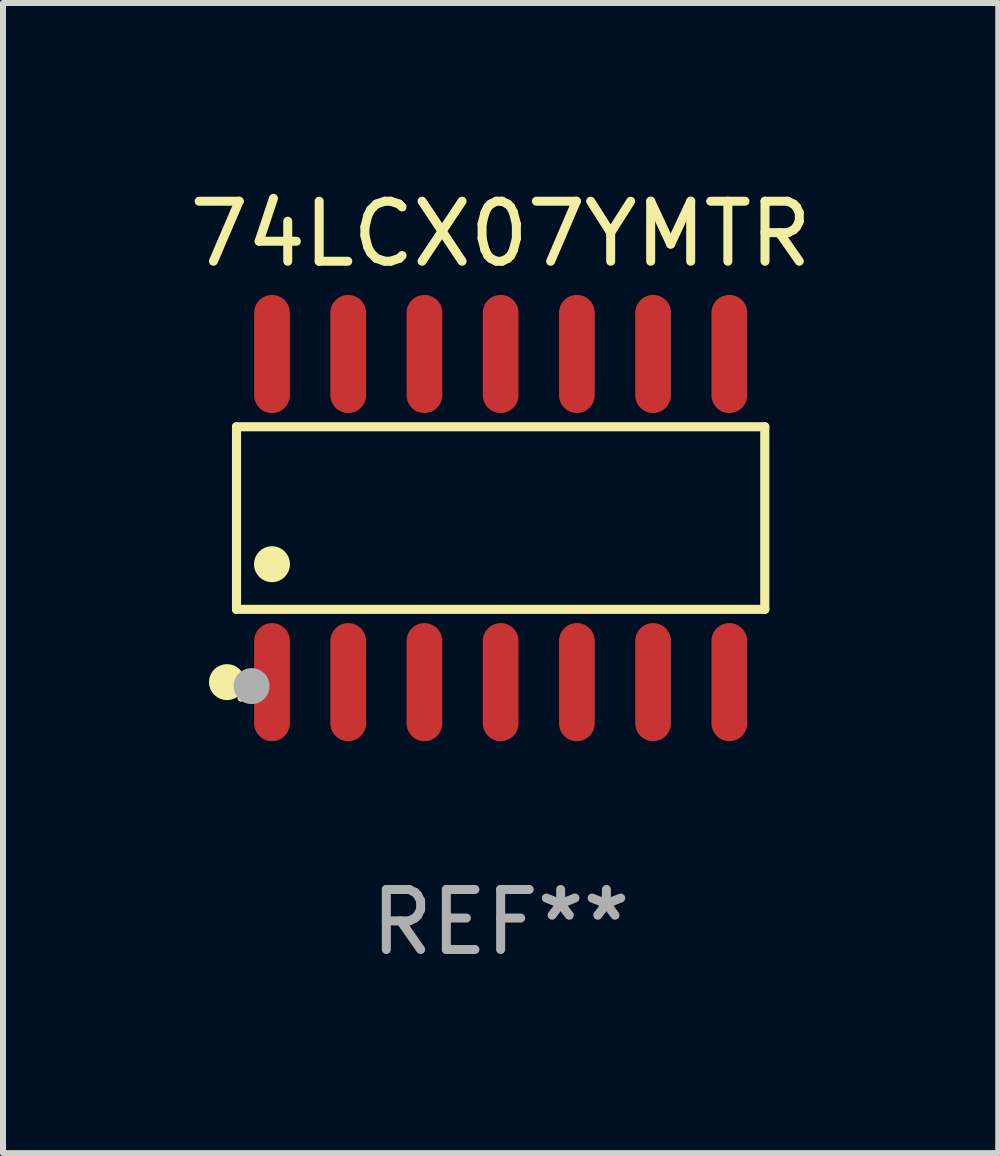
<source format=kicad_pcb>
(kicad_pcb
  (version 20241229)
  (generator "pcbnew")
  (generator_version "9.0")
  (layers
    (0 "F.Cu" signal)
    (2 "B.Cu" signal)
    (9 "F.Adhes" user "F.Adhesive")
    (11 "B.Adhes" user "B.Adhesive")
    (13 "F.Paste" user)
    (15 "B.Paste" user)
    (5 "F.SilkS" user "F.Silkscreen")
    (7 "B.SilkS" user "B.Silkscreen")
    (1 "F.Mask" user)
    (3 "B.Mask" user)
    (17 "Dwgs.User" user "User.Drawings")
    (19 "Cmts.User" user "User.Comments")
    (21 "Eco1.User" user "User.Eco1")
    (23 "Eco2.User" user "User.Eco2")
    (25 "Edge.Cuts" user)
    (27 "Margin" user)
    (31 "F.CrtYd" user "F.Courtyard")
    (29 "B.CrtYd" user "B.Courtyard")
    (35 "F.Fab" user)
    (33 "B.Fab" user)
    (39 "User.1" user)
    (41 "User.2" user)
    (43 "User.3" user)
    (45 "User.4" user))
  (footprint "74LCX07YMTR"
    (layer "F.Cu")
    (at 5.292 5.582)
    (property "Reference" "74LCX07YMTR" (at 0 -4.734 0) (layer "F.SilkS") (effects (font (size 1 1) (thickness 0.15))))
    (attr through_hole)
    (fp_line (start -4.401 -1.521) (end 4.401 -1.521) (stroke (width 0.152) (type solid)) (layer "F.SilkS"))
    (fp_line (start -4.401 1.521) (end -4.401 -1.521) (stroke (width 0.152) (type solid)) (layer "F.SilkS"))
    (fp_line (start 4.401 -1.521) (end 4.401 1.521) (stroke (width 0.152) (type solid)) (layer "F.SilkS"))
    (fp_line (start 4.401 1.521) (end -4.401 1.521) (stroke (width 0.152) (type solid)) (layer "F.SilkS"))
    (fp_circle (center -4.56 2.734) (end -4.41 2.734) (stroke (width 0.3) (type solid)) (fill no) (layer "F.SilkS"))
    (fp_circle (center -4.325 3) (end -4.295 3) (stroke (width 0.06) (type solid)) (fill no) (layer "F.SilkS"))
    (fp_circle (center -3.81 0.769) (end -3.66 0.769) (stroke (width 0.3) (type solid)) (fill no) (layer "F.SilkS"))
    (fp_circle (center -4.15 2.8) (end -4 2.8) (stroke (width 0.3) (type solid)) (fill no) (layer "F.Fab"))
    (fp_text user "REF**" (at 0 6.734 0) (layer "F.Fab") (effects (font (size 1 1) (thickness 0.15))))
    (pad "1" smd oval (at -3.81 2.734) (size 0.595 1.968) (layers "F.Cu" "F.Mask" "F.Paste"))
    (pad "2" smd oval (at -2.54 2.734) (size 0.595 1.968) (layers "F.Cu" "F.Mask" "F.Paste"))
    (pad "3" smd oval (at -1.27 2.734) (size 0.595 1.968) (layers "F.Cu" "F.Mask" "F.Paste"))
    (pad "4" smd oval (at 0 2.734) (size 0.595 1.968) (layers "F.Cu" "F.Mask" "F.Paste"))
    (pad "5" smd oval (at 1.27 2.734) (size 0.595 1.968) (layers "F.Cu" "F.Mask" "F.Paste"))
    (pad "6" smd oval (at 2.54 2.734) (size 0.595 1.968) (layers "F.Cu" "F.Mask" "F.Paste"))
    (pad "7" smd oval (at 3.81 2.734) (size 0.595 1.968) (layers "F.Cu" "F.Mask" "F.Paste"))
    (pad "8" smd oval (at 3.81 -2.734) (size 0.595 1.968) (layers "F.Cu" "F.Mask" "F.Paste"))
    (pad "9" smd oval (at 2.54 -2.734) (size 0.595 1.968) (layers "F.Cu" "F.Mask" "F.Paste"))
    (pad "10" smd oval (at 1.27 -2.734) (size 0.595 1.968) (layers "F.Cu" "F.Mask" "F.Paste"))
    (pad "11" smd oval (at 0 -2.734) (size 0.595 1.968) (layers "F.Cu" "F.Mask" "F.Paste"))
    (pad "12" smd oval (at -1.27 -2.734) (size 0.595 1.968) (layers "F.Cu" "F.Mask" "F.Paste"))
    (pad "13" smd oval (at -2.54 -2.734) (size 0.595 1.968) (layers "F.Cu" "F.Mask" "F.Paste"))
    (pad "14" smd oval (at -3.81 -2.734) (size 0.595 1.968) (layers "F.Cu" "F.Mask" "F.Paste")))
  (gr_rect
    (start -3 -3)
    (end 13.583 16.164)
    (stroke (width 0.1) (type default))
    (fill no)
    (layer "Edge.Cuts")))
</source>
